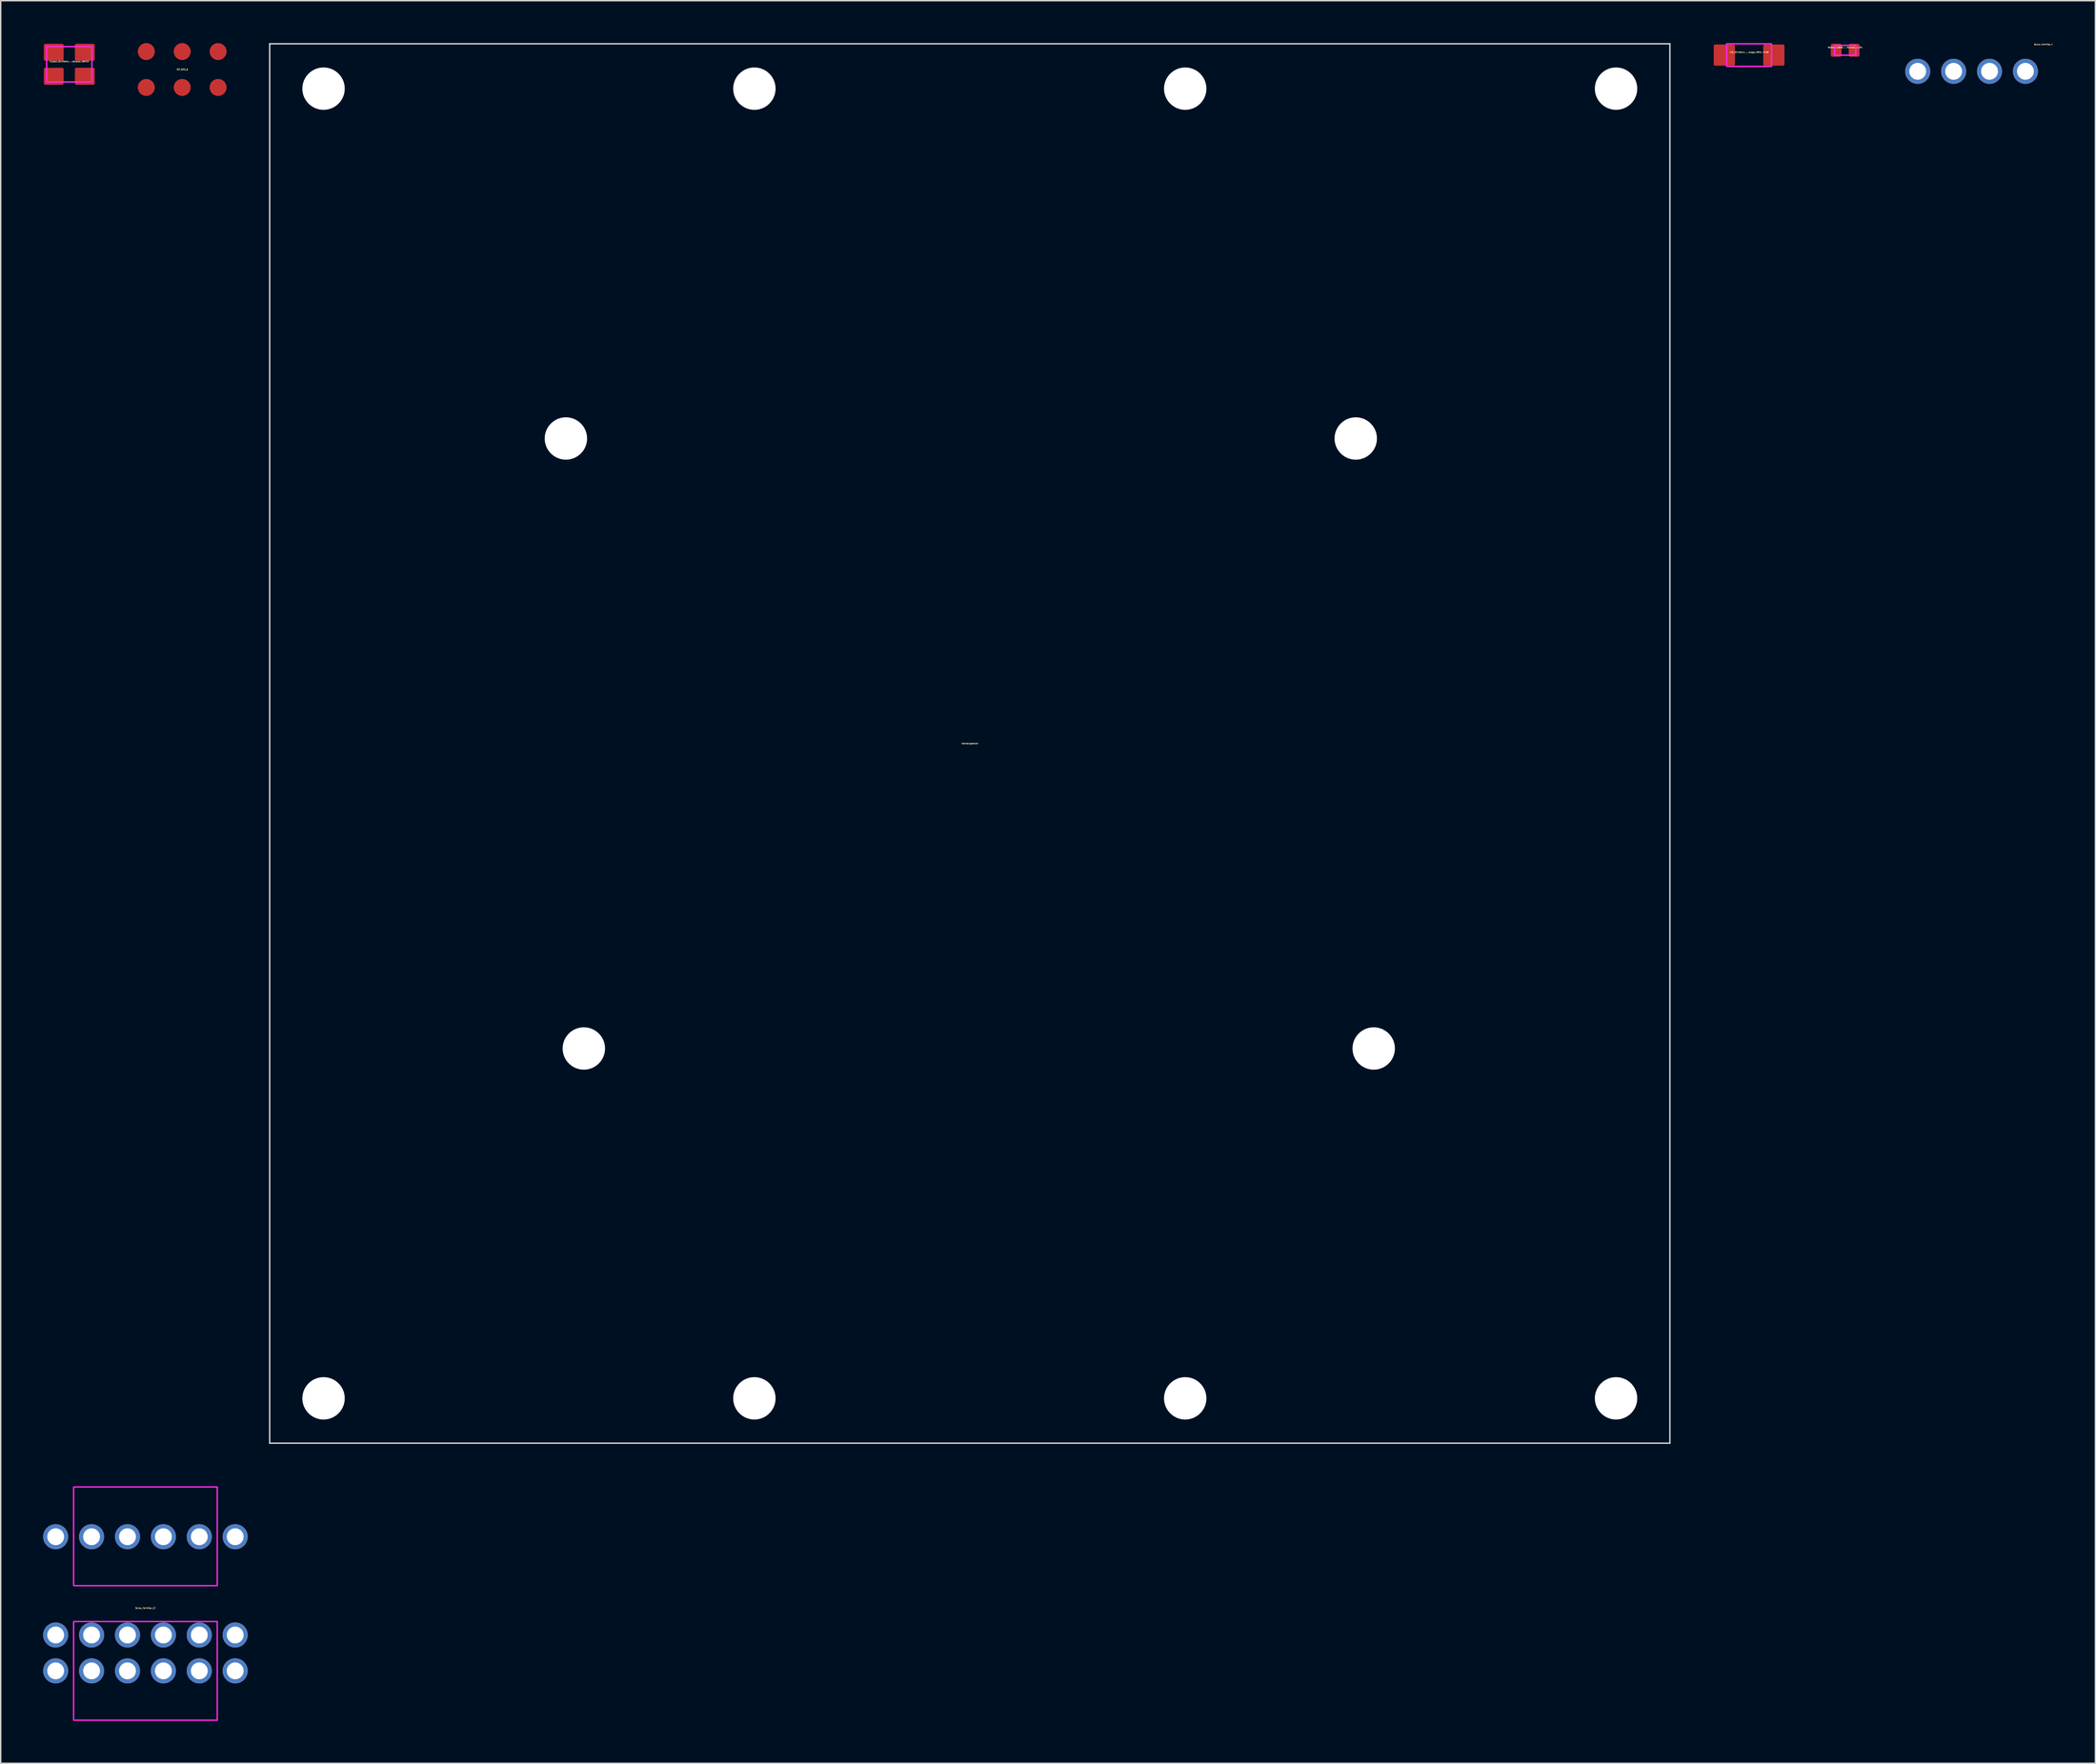
<source format=kicad_pcb>
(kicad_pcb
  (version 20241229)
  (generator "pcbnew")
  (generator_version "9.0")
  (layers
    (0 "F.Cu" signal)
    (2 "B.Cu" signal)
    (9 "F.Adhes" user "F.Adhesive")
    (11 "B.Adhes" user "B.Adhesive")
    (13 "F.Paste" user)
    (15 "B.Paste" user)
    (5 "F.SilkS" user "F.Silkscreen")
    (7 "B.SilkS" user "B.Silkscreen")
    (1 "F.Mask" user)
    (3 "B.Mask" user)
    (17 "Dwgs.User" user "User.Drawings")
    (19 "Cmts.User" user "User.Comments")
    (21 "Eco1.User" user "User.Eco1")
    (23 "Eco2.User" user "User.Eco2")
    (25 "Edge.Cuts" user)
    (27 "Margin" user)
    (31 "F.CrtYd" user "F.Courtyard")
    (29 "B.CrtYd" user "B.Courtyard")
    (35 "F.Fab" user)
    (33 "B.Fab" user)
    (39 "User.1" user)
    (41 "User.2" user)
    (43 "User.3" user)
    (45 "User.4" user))
  (footprint "Kontrollpanelen"
    (layer "F.Cu")
    (at 65.56 49.58)
    (property "Reference" "Kontrollpanelen" (at 0 0 0) (layer "F.SilkS") (effects (font (size 0.1 0.1) (thickness 0.02))))
    (attr through_hole)
    (fp_line (start -49.53 -49.53) (end -49.53 49.53) (stroke (width 0.1) (type solid)) (layer "Edge.Cuts"))
    (fp_line (start -49.53 49.53) (end 49.53 49.53) (stroke (width 0.1) (type solid)) (layer "Edge.Cuts"))
    (fp_line (start 49.53 -49.53) (end -49.53 -49.53) (stroke (width 0.1) (type solid)) (layer "Edge.Cuts"))
    (fp_line (start 49.53 49.53) (end 49.53 -49.53) (stroke (width 0.1) (type solid)) (layer "Edge.Cuts"))
    (pad "" np_thru_hole circle (at -45.72 -46.355) (size 3 3) (drill 3) (layers "*.Cu"))
    (pad "" np_thru_hole circle (at -45.72 46.355) (size 3 3) (drill 3) (layers "*.Cu"))
    (pad "" np_thru_hole circle (at -28.575 -21.59) (size 3 3) (drill 3) (layers "*.Cu"))
    (pad "" np_thru_hole circle (at -27.305 21.59) (size 3 3) (drill 3) (layers "*.Cu"))
    (pad "" np_thru_hole circle (at -15.24 -46.355) (size 3 3) (drill 3) (layers "*.Cu"))
    (pad "" np_thru_hole circle (at -15.24 46.355) (size 3 3) (drill 3) (layers "*.Cu"))
    (pad "" np_thru_hole circle (at 15.24 -46.355) (size 3 3) (drill 3) (layers "*.Cu"))
    (pad "" np_thru_hole circle (at 15.24 46.355) (size 3 3) (drill 3) (layers "*.Cu"))
    (pad "" np_thru_hole circle (at 27.305 -21.59) (size 3 3) (drill 3) (layers "*.Cu"))
    (pad "" np_thru_hole circle (at 28.575 21.59) (size 3 3) (drill 3) (layers "*.Cu"))
    (pad "" np_thru_hole circle (at 45.72 -46.355) (size 3 3) (drill 3) (layers "*.Cu"))
    (pad "" np_thru_hole circle (at 45.72 46.355) (size 3 3) (drill 3) (layers "*.Cu")))
  (footprint "Screw_Terminal_12"
    (layer "F.Cu")
    (at 7.239 113.957)
    (property "Reference" "Screw_Terminal_12" (at 0 -3.175 0) (layer "F.SilkS") (effects (font (size 0.1 0.1) (thickness 0.02))))
    (attr through_hole)
    (fp_poly (pts (xy 5.08 -11.748) (xy -5.08 -11.748) (xy -5.08 -4.763) (xy 5.08 -4.763)) (stroke (width 0.1) (type solid)) (fill no) (layer "F.CrtYd"))
    (fp_poly (pts (xy 5.08 -2.223) (xy -5.08 -2.223) (xy -5.08 4.763) (xy 5.08 4.763)) (stroke (width 0.1) (type solid)) (fill no) (layer "F.CrtYd"))
    (pad "1" thru_hole circle (at -6.35 -8.225) (size 1.778 1.778) (drill 1.194) (layers "*.Cu" "*.Mask"))
    (pad "1" thru_hole circle (at -6.35 -1.27) (size 1.778 1.778) (drill 1.194) (layers "*.Cu" "*.Mask"))
    (pad "2" thru_hole circle (at -6.35 1.27) (size 1.778 1.778) (drill 1.194) (layers "*.Cu" "*.Mask"))
    (pad "3" thru_hole circle (at -3.81 -8.225) (size 1.778 1.778) (drill 1.194) (layers "*.Cu" "*.Mask"))
    (pad "3" thru_hole circle (at -3.81 -1.27) (size 1.778 1.778) (drill 1.194) (layers "*.Cu" "*.Mask"))
    (pad "4" thru_hole circle (at -3.81 1.27) (size 1.778 1.778) (drill 1.194) (layers "*.Cu" "*.Mask"))
    (pad "5" thru_hole circle (at -1.27 -8.225) (size 1.778 1.778) (drill 1.194) (layers "*.Cu" "*.Mask"))
    (pad "5" thru_hole circle (at -1.27 -1.27) (size 1.778 1.778) (drill 1.194) (layers "*.Cu" "*.Mask"))
    (pad "6" thru_hole circle (at -1.27 1.27) (size 1.778 1.778) (drill 1.194) (layers "*.Cu" "*.Mask"))
    (pad "7" thru_hole circle (at 1.27 -8.225) (size 1.778 1.778) (drill 1.194) (layers "*.Cu" "*.Mask"))
    (pad "7" thru_hole circle (at 1.27 -1.27) (size 1.778 1.778) (drill 1.194) (layers "*.Cu" "*.Mask"))
    (pad "8" thru_hole circle (at 1.27 1.27) (size 1.778 1.778) (drill 1.194) (layers "*.Cu" "*.Mask"))
    (pad "9" thru_hole circle (at 3.81 -8.225) (size 1.778 1.778) (drill 1.194) (layers "*.Cu" "*.Mask"))
    (pad "9" thru_hole circle (at 3.81 -1.27) (size 1.778 1.778) (drill 1.194) (layers "*.Cu" "*.Mask"))
    (pad "10" thru_hole circle (at 3.81 1.27) (size 1.778 1.778) (drill 1.194) (layers "*.Cu" "*.Mask"))
    (pad "11" thru_hole circle (at 6.35 -8.225) (size 1.778 1.778) (drill 1.194) (layers "*.Cu" "*.Mask"))
    (pad "11" thru_hole circle (at 6.35 -1.27) (size 1.778 1.778) (drill 1.194) (layers "*.Cu" "*.Mask"))
    (pad "12" thru_hole circle (at 6.35 1.27) (size 1.778 1.778) (drill 1.194) (layers "*.Cu" "*.Mask")))
  (footprint "ISP_SMD_6"
    (layer "F.Cu")
    (at 9.84 1.87)
    (property "Reference" "ISP_SMD_6" (at 0 0 0) (layer "F.SilkS") (effects (font (size 0.1 0.1) (thickness 0.02))))
    (attr through_hole)
    (pad "1" smd circle (at -2.54 1.27) (size 1.2 1.2) (layers "F.Cu" "F.Mask"))
    (pad "2" smd circle (at -2.54 -1.27) (size 1.2 1.2) (layers "F.Cu" "F.Mask"))
    (pad "3" smd circle (at 0 1.27) (size 1.2 1.2) (layers "F.Cu" "F.Mask"))
    (pad "4" smd circle (at 0 -1.27) (size 1.2 1.2) (layers "F.Cu" "F.Mask"))
    (pad "5" smd circle (at 2.54 1.27) (size 1.2 1.2) (layers "F.Cu" "F.Mask"))
    (pad "6" smd circle (at 2.54 -1.27) (size 1.2 1.2) (layers "F.Cu" "F.Mask")))
  (footprint "Resistor_0603_-_Panasonic_ERJ"
    (layer "F.Cu")
    (at 127.489 0.508)
    (property "Reference" "Resistor_0603_-_Panasonic_ERJ" (at 0 -0.2 0) (layer "F.SilkS") (effects (font (size 0.1 0.1) (thickness 0.02))))
    (attr through_hole)
    (fp_poly (pts (xy -0.914 0.356) (xy -0.914 -0.356) (xy -0.356 -0.356) (xy -0.356 0.356)) (stroke (width 0.203) (type solid)) (fill yes) (layer "F.Cu"))
    (fp_poly (pts (xy 0.914 0.356) (xy 0.914 -0.356) (xy 0.356 -0.356) (xy 0.356 0.356)) (stroke (width 0.203) (type solid)) (fill yes) (layer "F.Cu"))
    (fp_poly (pts (xy -0.914 0.356) (xy -0.914 -0.356) (xy -0.356 -0.356) (xy -0.356 0.356)) (stroke (width 0.305) (type solid)) (fill yes) (layer "F.Mask"))
    (fp_poly (pts (xy 0.914 0.356) (xy 0.914 -0.356) (xy 0.356 -0.356) (xy 0.356 0.356)) (stroke (width 0.305) (type solid)) (fill yes) (layer "F.Mask"))
    (fp_poly (pts (xy -0.914 0.356) (xy -0.914 -0.356) (xy -0.356 -0.356) (xy -0.356 0.356)) (stroke (width 0.203) (type solid)) (fill yes) (layer "F.Paste"))
    (fp_poly (pts (xy 0.914 0.356) (xy 0.914 -0.356) (xy 0.356 -0.356) (xy 0.356 0.356)) (stroke (width 0.203) (type solid)) (fill yes) (layer "F.Paste"))
    (fp_poly (pts (xy -0.75 -0.35) (xy 0.75 -0.35) (xy 0.75 0.35) (xy -0.75 0.35)) (stroke (width 0.1) (type solid)) (fill no) (layer "F.CrtYd"))
    (pad "1" smd rect (at -0.635 0) (size 0.457 0.711) (layers "F.Cu"))
    (pad "2" smd rect (at 0.635 0) (size 0.457 0.711) (layers "F.Cu")))
  (footprint "LED_32x16mm_-_Avago_HSMx-C150"
    (layer "F.Cu")
    (at 120.693 0.85)
    (property "Reference" "LED_32x16mm_-_Avago_HSMx-C150" (at 0 -0.2 0) (layer "F.SilkS") (effects (font (size 0.1 0.1) (thickness 0.02))))
    (attr through_hole)
    (fp_poly (pts (xy -2.4 0.648) (xy -2.4 -0.648) (xy -1.105 -0.648) (xy -1.105 0.648)) (stroke (width 0.203) (type solid)) (fill yes) (layer "F.Cu"))
    (fp_poly (pts (xy 2.4 0.648) (xy 2.4 -0.648) (xy 1.105 -0.648) (xy 1.105 0.648)) (stroke (width 0.203) (type solid)) (fill yes) (layer "F.Cu"))
    (fp_poly (pts (xy -2.4 0.648) (xy -2.4 -0.648) (xy -1.105 -0.648) (xy -1.105 0.648)) (stroke (width 0.305) (type solid)) (fill yes) (layer "F.Mask"))
    (fp_poly (pts (xy 2.4 0.648) (xy 2.4 -0.648) (xy 1.105 -0.648) (xy 1.105 0.648)) (stroke (width 0.305) (type solid)) (fill yes) (layer "F.Mask"))
    (fp_poly (pts (xy -2.4 0.648) (xy -2.4 -0.648) (xy -1.105 -0.648) (xy -1.105 0.648)) (stroke (width 0.203) (type solid)) (fill yes) (layer "F.Paste"))
    (fp_poly (pts (xy 2.4 0.648) (xy 2.4 -0.648) (xy 1.105 -0.648) (xy 1.105 0.648)) (stroke (width 0.203) (type solid)) (fill yes) (layer "F.Paste"))
    (fp_poly (pts (xy -1.587 -0.8) (xy 1.587 -0.8) (xy 1.587 0.8) (xy -1.587 0.8)) (stroke (width 0.1) (type solid)) (fill no) (layer "F.CrtYd"))
    (pad "1" smd rect (at -1.753 0) (size 1.295 1.295) (layers "F.Cu"))
    (pad "2" smd rect (at 1.753 0) (size 1.295 1.295) (layers "F.Cu")))
  (footprint "Crystal_32x25mm_-_Abracon_ABM10"
    (layer "F.Cu")
    (at 1.85 1.5)
    (property "Reference" "Crystal_32x25mm_-_Abracon_ABM10" (at 0 -0.2 0) (layer "F.SilkS") (effects (font (size 0.1 0.1) (thickness 0.02))))
    (attr through_hole)
    (fp_poly (pts (xy -1.7 -1.35) (xy -0.5 -1.35) (xy -0.5 -0.35) (xy -1.7 -0.35)) (stroke (width 0.2) (type solid)) (fill yes) (layer "F.Cu"))
    (fp_poly (pts (xy -1.7 1.35) (xy -0.5 1.35) (xy -0.5 0.35) (xy -1.7 0.35)) (stroke (width 0.2) (type solid)) (fill yes) (layer "F.Cu"))
    (fp_poly (pts (xy 1.7 -1.35) (xy 0.5 -1.35) (xy 0.5 -0.35) (xy 1.7 -0.35)) (stroke (width 0.2) (type solid)) (fill yes) (layer "F.Cu"))
    (fp_poly (pts (xy 1.7 1.35) (xy 0.5 1.35) (xy 0.5 0.35) (xy 1.7 0.35)) (stroke (width 0.2) (type solid)) (fill yes) (layer "F.Cu"))
    (fp_poly (pts (xy -1.7 -1.35) (xy -0.5 -1.35) (xy -0.5 -0.35) (xy -1.7 -0.35)) (stroke (width 0.3) (type solid)) (fill yes) (layer "F.Mask"))
    (fp_poly (pts (xy -1.7 1.35) (xy -0.5 1.35) (xy -0.5 0.35) (xy -1.7 0.35)) (stroke (width 0.3) (type solid)) (fill yes) (layer "F.Mask"))
    (fp_poly (pts (xy 1.7 -1.35) (xy 0.5 -1.35) (xy 0.5 -0.35) (xy 1.7 -0.35)) (stroke (width 0.3) (type solid)) (fill yes) (layer "F.Mask"))
    (fp_poly (pts (xy 1.7 1.35) (xy 0.5 1.35) (xy 0.5 0.35) (xy 1.7 0.35)) (stroke (width 0.3) (type solid)) (fill yes) (layer "F.Mask"))
    (fp_poly (pts (xy -1.7 -1.35) (xy -0.5 -1.35) (xy -0.5 -0.35) (xy -1.7 -0.35)) (stroke (width 0.2) (type solid)) (fill yes) (layer "F.Paste"))
    (fp_poly (pts (xy -1.7 1.35) (xy -0.5 1.35) (xy -0.5 0.35) (xy -1.7 0.35)) (stroke (width 0.2) (type solid)) (fill yes) (layer "F.Paste"))
    (fp_poly (pts (xy 1.7 -1.35) (xy 0.5 -1.35) (xy 0.5 -0.35) (xy 1.7 -0.35)) (stroke (width 0.2) (type solid)) (fill yes) (layer "F.Paste"))
    (fp_poly (pts (xy 1.7 1.35) (xy 0.5 1.35) (xy 0.5 0.35) (xy 1.7 0.35)) (stroke (width 0.2) (type solid)) (fill yes) (layer "F.Paste"))
    (fp_poly (pts (xy -1.6 -1.25) (xy 1.6 -1.25) (xy 1.6 1.25) (xy -1.6 1.25)) (stroke (width 0.1) (type solid)) (fill no) (layer "F.CrtYd"))
    (pad "1" smd rect (at -1.1 0.85) (size 1.2 1) (layers "F.Cu"))
    (pad "2" smd rect (at 1.1 0.85) (size 1.2 1) (layers "F.Cu"))
    (pad "3" smd rect (at 1.1 -0.85) (size 1.2 1) (layers "F.Cu"))
    (pad "4" smd rect (at -1.1 -0.85) (size 1.2 1) (layers "F.Cu")))
  (footprint "Screw_Terminal_4"
    (layer "F.Cu")
    (at 136.432 3.269)
    (property "Reference" "Screw_Terminal_4" (at 5.08 -3.175 0) (layer "F.SilkS") (effects (font (size 0.1 0.1) (thickness 0.02))))
    (attr through_hole)
    (pad "1" thru_hole circle (at -3.81 -1.27) (size 1.778 1.778) (drill 1.194) (layers "*.Cu" "*.Mask"))
    (pad "2" thru_hole circle (at -1.27 -1.27) (size 1.778 1.778) (drill 1.194) (layers "*.Cu" "*.Mask"))
    (pad "3" thru_hole circle (at 1.27 -1.27) (size 1.778 1.778) (drill 1.194) (layers "*.Cu" "*.Mask"))
    (pad "4" thru_hole circle (at 3.81 -1.27) (size 1.778 1.778) (drill 1.194) (layers "*.Cu" "*.Mask")))
  (gr_rect
    (start -3 -3)
    (end 145.192 121.77)
    (stroke (width 0.1) (type default))
    (fill no)
    (layer "Edge.Cuts")))
</source>
